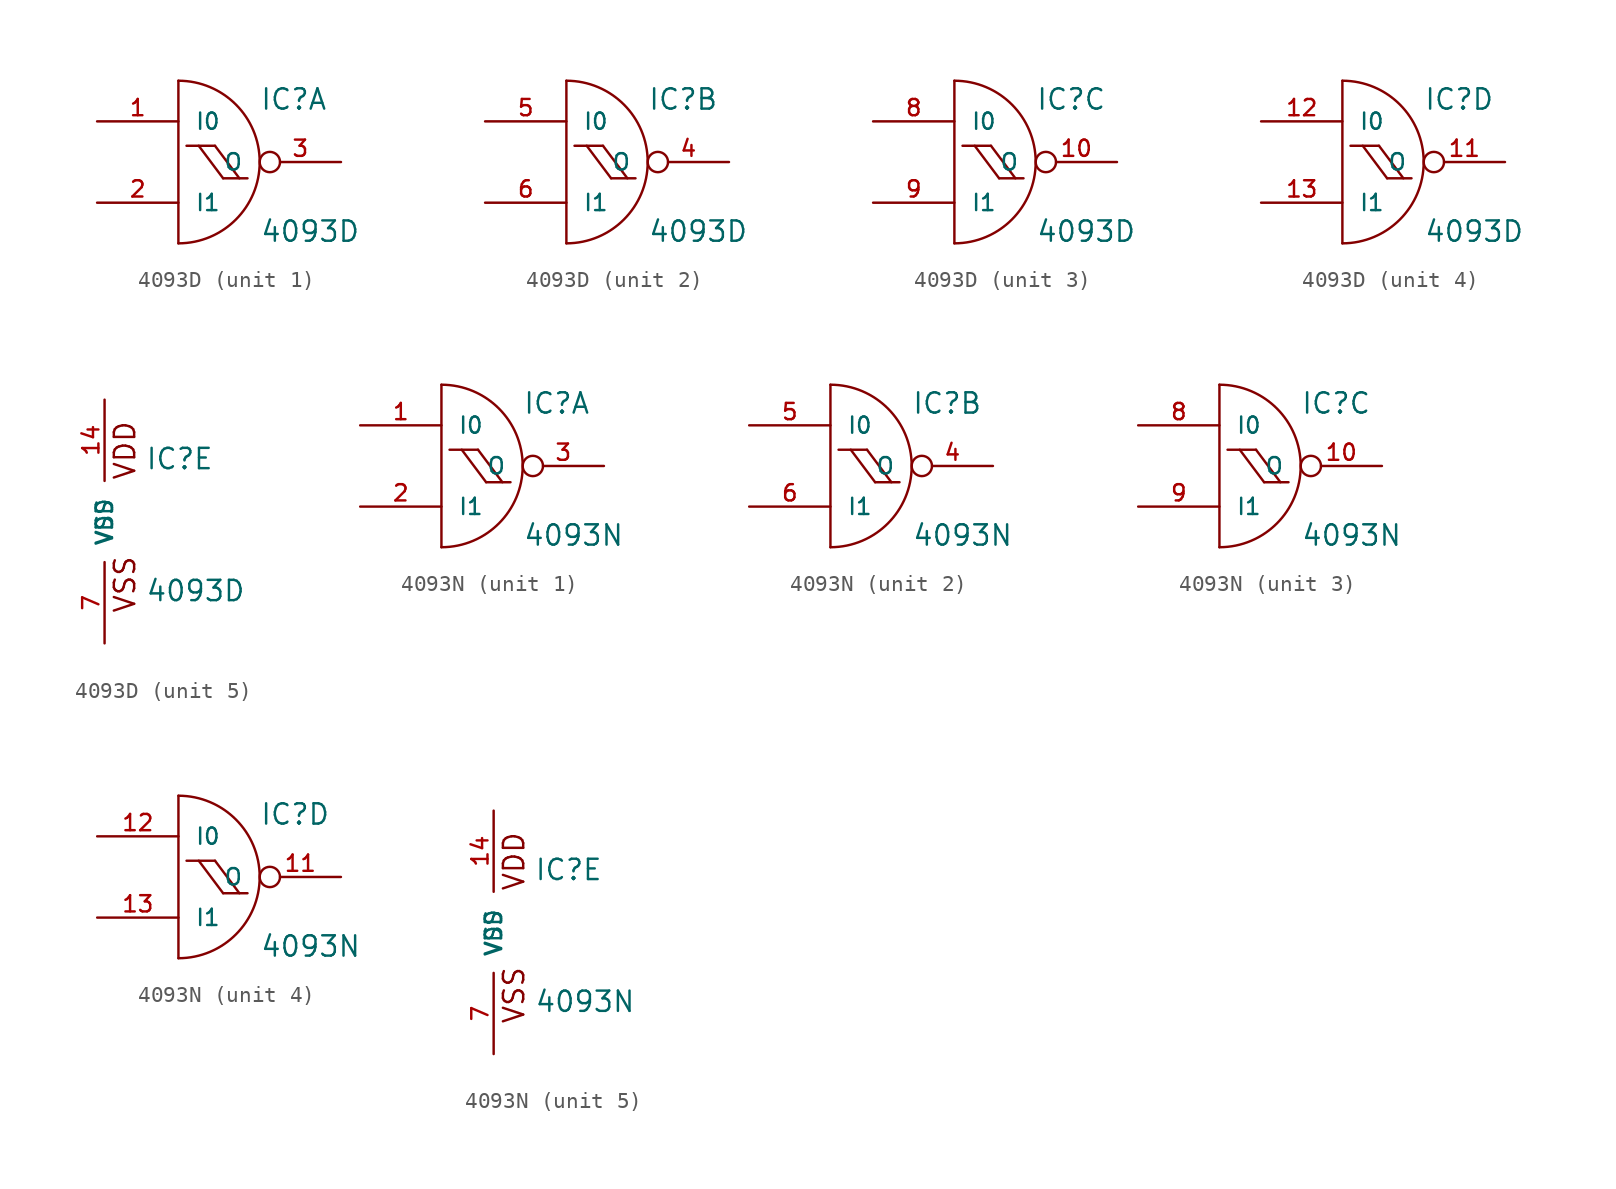
<source format=kicad_sym>
(kicad_symbol_lib
  (version 20211014)
  (generator kicad_symbol_editor)
  (symbol "4093D"
    (pin_names
      (offset 1.016))
    (property "Reference" "IC"
      (at 2.54 3.175 0)
      (effects (font (size 1.27 1.27)) (justify left bottom)))
    (property "Value" "4093D"
      (at 2.54 -5.08 0)
      (effects (font (size 1.27 1.27)) (justify left bottom)))
    (property "ki_locked" ""
      (at 0 0 0)
      (effects (font (size 1.27 1.27))))
    (symbol "4093D_1_0"
      (polyline (pts (xy -2.54 5.08) (xy -2.54 -5.08)) (stroke (width 0) (type default) (color 0 0 0 0)) (fill (type none)))
      (polyline (pts (xy -1.27 1.016) (xy 0.254 -1.016)) (stroke (width 0) (type default) (color 0 0 0 0)) (fill (type none)))
      (polyline (pts (xy -0.254 1.016) (xy -2.032 1.016)) (stroke (width 0) (type default) (color 0 0 0 0)) (fill (type none)))
      (polyline (pts (xy -0.254 1.016) (xy 1.27 -1.016)) (stroke (width 0) (type default) (color 0 0 0 0)) (fill (type none)))
      (polyline (pts (xy 0.254 -1.016) (xy 1.778 -1.016)) (stroke (width 0) (type default) (color 0 0 0 0)) (fill (type none))))
    (symbol "4093D_1_1"
      (arc (start -2.54 -5.08) (mid 2.54 0) (end -2.54 5.08) (stroke (width 0) (type default) (color 0 0 0 0)) (fill (type none)))
      (pin input line (at -7.62 2.54 0) (length 5.08) (name "I0" (effects (font (size 1.016 1.016)))) (number "1" (effects (font (size 1.016 1.016)))))
      (pin input line (at -7.62 -2.54 0) (length 5.08) (name "I1" (effects (font (size 1.016 1.016)))) (number "2" (effects (font (size 1.016 1.016)))))
      (pin output inverted (at 7.62 0 180) (length 5.08) (name "O" (effects (font (size 1.016 1.016)))) (number "3" (effects (font (size 1.016 1.016))))))
    (symbol "4093D_2_0"
      (polyline (pts (xy -2.54 5.08) (xy -2.54 -5.08)) (stroke (width 0) (type default) (color 0 0 0 0)) (fill (type none)))
      (polyline (pts (xy -1.27 1.016) (xy 0.254 -1.016)) (stroke (width 0) (type default) (color 0 0 0 0)) (fill (type none)))
      (polyline (pts (xy -0.254 1.016) (xy -2.032 1.016)) (stroke (width 0) (type default) (color 0 0 0 0)) (fill (type none)))
      (polyline (pts (xy -0.254 1.016) (xy 1.27 -1.016)) (stroke (width 0) (type default) (color 0 0 0 0)) (fill (type none)))
      (polyline (pts (xy 0.254 -1.016) (xy 1.778 -1.016)) (stroke (width 0) (type default) (color 0 0 0 0)) (fill (type none))))
    (symbol "4093D_2_1"
      (arc (start -2.54 -5.08) (mid 2.54 0) (end -2.54 5.08) (stroke (width 0) (type default) (color 0 0 0 0)) (fill (type none)))
      (pin output inverted (at 7.62 0 180) (length 5.08) (name "O" (effects (font (size 1.016 1.016)))) (number "4" (effects (font (size 1.016 1.016)))))
      (pin input line (at -7.62 2.54 0) (length 5.08) (name "I0" (effects (font (size 1.016 1.016)))) (number "5" (effects (font (size 1.016 1.016)))))
      (pin input line (at -7.62 -2.54 0) (length 5.08) (name "I1" (effects (font (size 1.016 1.016)))) (number "6" (effects (font (size 1.016 1.016))))))
    (symbol "4093D_3_0"
      (polyline (pts (xy -2.54 5.08) (xy -2.54 -5.08)) (stroke (width 0) (type default) (color 0 0 0 0)) (fill (type none)))
      (polyline (pts (xy -1.27 1.016) (xy 0.254 -1.016)) (stroke (width 0) (type default) (color 0 0 0 0)) (fill (type none)))
      (polyline (pts (xy -0.254 1.016) (xy -2.032 1.016)) (stroke (width 0) (type default) (color 0 0 0 0)) (fill (type none)))
      (polyline (pts (xy -0.254 1.016) (xy 1.27 -1.016)) (stroke (width 0) (type default) (color 0 0 0 0)) (fill (type none)))
      (polyline (pts (xy 0.254 -1.016) (xy 1.778 -1.016)) (stroke (width 0) (type default) (color 0 0 0 0)) (fill (type none))))
    (symbol "4093D_3_1"
      (arc (start -2.54 -5.08) (mid 2.54 0) (end -2.54 5.08) (stroke (width 0) (type default) (color 0 0 0 0)) (fill (type none)))
      (pin output inverted (at 7.62 0 180) (length 5.08) (name "O" (effects (font (size 1.016 1.016)))) (number "10" (effects (font (size 1.016 1.016)))))
      (pin input line (at -7.62 2.54 0) (length 5.08) (name "I0" (effects (font (size 1.016 1.016)))) (number "8" (effects (font (size 1.016 1.016)))))
      (pin input line (at -7.62 -2.54 0) (length 5.08) (name "I1" (effects (font (size 1.016 1.016)))) (number "9" (effects (font (size 1.016 1.016))))))
    (symbol "4093D_4_0"
      (polyline (pts (xy -2.54 5.08) (xy -2.54 -5.08)) (stroke (width 0) (type default) (color 0 0 0 0)) (fill (type none)))
      (polyline (pts (xy -1.27 1.016) (xy 0.254 -1.016)) (stroke (width 0) (type default) (color 0 0 0 0)) (fill (type none)))
      (polyline (pts (xy -0.254 1.016) (xy -2.032 1.016)) (stroke (width 0) (type default) (color 0 0 0 0)) (fill (type none)))
      (polyline (pts (xy -0.254 1.016) (xy 1.27 -1.016)) (stroke (width 0) (type default) (color 0 0 0 0)) (fill (type none)))
      (polyline (pts (xy 0.254 -1.016) (xy 1.778 -1.016)) (stroke (width 0) (type default) (color 0 0 0 0)) (fill (type none))))
    (symbol "4093D_4_1"
      (arc (start -2.54 -5.08) (mid 2.54 0) (end -2.54 5.08) (stroke (width 0) (type default) (color 0 0 0 0)) (fill (type none)))
      (pin output inverted (at 7.62 0 180) (length 5.08) (name "O" (effects (font (size 1.016 1.016)))) (number "11" (effects (font (size 1.016 1.016)))))
      (pin input line (at -7.62 2.54 0) (length 5.08) (name "I0" (effects (font (size 1.016 1.016)))) (number "12" (effects (font (size 1.016 1.016)))))
      (pin input line (at -7.62 -2.54 0) (length 5.08) (name "I1" (effects (font (size 1.016 1.016)))) (number "13" (effects (font (size 1.016 1.016))))))
    (symbol "4093D_5_0"
      (text "VDD" (at 1.27 4.445 1) (effects (font (size 1.27 1.27))))
      (text "VSS" (at 1.27 -3.937 1) (effects (font (size 1.27 1.27)))))
    (symbol "4093D_5_1"
      (pin power_in line (at 0 7.62 270) (length 5.08) (name "VDD" (effects (font (size 1.016 1.016)))) (number "14" (effects (font (size 1.016 1.016)))))
      (pin power_in line (at 0 -7.62 90) (length 5.08) (name "VSS" (effects (font (size 1.016 1.016)))) (number "7" (effects (font (size 1.016 1.016)))))))
  (symbol "4093N"
    (pin_names
      (offset 1.016))
    (property "Reference" "IC"
      (at 2.54 3.175 0)
      (effects (font (size 1.27 1.27)) (justify left bottom)))
    (property "Value" "4093N"
      (at 2.54 -5.08 0)
      (effects (font (size 1.27 1.27)) (justify left bottom)))
    (property "ki_locked" ""
      (at 0 0 0)
      (effects (font (size 1.27 1.27))))
    (symbol "4093N_1_0"
      (polyline (pts (xy -2.54 5.08) (xy -2.54 -5.08)) (stroke (width 0) (type default) (color 0 0 0 0)) (fill (type none)))
      (polyline (pts (xy -1.27 1.016) (xy 0.254 -1.016)) (stroke (width 0) (type default) (color 0 0 0 0)) (fill (type none)))
      (polyline (pts (xy -0.254 1.016) (xy -2.032 1.016)) (stroke (width 0) (type default) (color 0 0 0 0)) (fill (type none)))
      (polyline (pts (xy -0.254 1.016) (xy 1.27 -1.016)) (stroke (width 0) (type default) (color 0 0 0 0)) (fill (type none)))
      (polyline (pts (xy 0.254 -1.016) (xy 1.778 -1.016)) (stroke (width 0) (type default) (color 0 0 0 0)) (fill (type none))))
    (symbol "4093N_1_1"
      (arc (start -2.54 -5.08) (mid 2.54 0) (end -2.54 5.08) (stroke (width 0) (type default) (color 0 0 0 0)) (fill (type none)))
      (pin input line (at -7.62 2.54 0) (length 5.08) (name "I0" (effects (font (size 1.016 1.016)))) (number "1" (effects (font (size 1.016 1.016)))))
      (pin input line (at -7.62 -2.54 0) (length 5.08) (name "I1" (effects (font (size 1.016 1.016)))) (number "2" (effects (font (size 1.016 1.016)))))
      (pin output inverted (at 7.62 0 180) (length 5.08) (name "O" (effects (font (size 1.016 1.016)))) (number "3" (effects (font (size 1.016 1.016))))))
    (symbol "4093N_2_0"
      (polyline (pts (xy -2.54 5.08) (xy -2.54 -5.08)) (stroke (width 0) (type default) (color 0 0 0 0)) (fill (type none)))
      (polyline (pts (xy -1.27 1.016) (xy 0.254 -1.016)) (stroke (width 0) (type default) (color 0 0 0 0)) (fill (type none)))
      (polyline (pts (xy -0.254 1.016) (xy -2.032 1.016)) (stroke (width 0) (type default) (color 0 0 0 0)) (fill (type none)))
      (polyline (pts (xy -0.254 1.016) (xy 1.27 -1.016)) (stroke (width 0) (type default) (color 0 0 0 0)) (fill (type none)))
      (polyline (pts (xy 0.254 -1.016) (xy 1.778 -1.016)) (stroke (width 0) (type default) (color 0 0 0 0)) (fill (type none))))
    (symbol "4093N_2_1"
      (arc (start -2.54 -5.08) (mid 2.54 0) (end -2.54 5.08) (stroke (width 0) (type default) (color 0 0 0 0)) (fill (type none)))
      (pin output inverted (at 7.62 0 180) (length 5.08) (name "O" (effects (font (size 1.016 1.016)))) (number "4" (effects (font (size 1.016 1.016)))))
      (pin input line (at -7.62 2.54 0) (length 5.08) (name "I0" (effects (font (size 1.016 1.016)))) (number "5" (effects (font (size 1.016 1.016)))))
      (pin input line (at -7.62 -2.54 0) (length 5.08) (name "I1" (effects (font (size 1.016 1.016)))) (number "6" (effects (font (size 1.016 1.016))))))
    (symbol "4093N_3_0"
      (polyline (pts (xy -2.54 5.08) (xy -2.54 -5.08)) (stroke (width 0) (type default) (color 0 0 0 0)) (fill (type none)))
      (polyline (pts (xy -1.27 1.016) (xy 0.254 -1.016)) (stroke (width 0) (type default) (color 0 0 0 0)) (fill (type none)))
      (polyline (pts (xy -0.254 1.016) (xy -2.032 1.016)) (stroke (width 0) (type default) (color 0 0 0 0)) (fill (type none)))
      (polyline (pts (xy -0.254 1.016) (xy 1.27 -1.016)) (stroke (width 0) (type default) (color 0 0 0 0)) (fill (type none)))
      (polyline (pts (xy 0.254 -1.016) (xy 1.778 -1.016)) (stroke (width 0) (type default) (color 0 0 0 0)) (fill (type none))))
    (symbol "4093N_3_1"
      (arc (start -2.54 -5.08) (mid 2.54 0) (end -2.54 5.08) (stroke (width 0) (type default) (color 0 0 0 0)) (fill (type none)))
      (pin output inverted (at 7.62 0 180) (length 5.08) (name "O" (effects (font (size 1.016 1.016)))) (number "10" (effects (font (size 1.016 1.016)))))
      (pin input line (at -7.62 2.54 0) (length 5.08) (name "I0" (effects (font (size 1.016 1.016)))) (number "8" (effects (font (size 1.016 1.016)))))
      (pin input line (at -7.62 -2.54 0) (length 5.08) (name "I1" (effects (font (size 1.016 1.016)))) (number "9" (effects (font (size 1.016 1.016))))))
    (symbol "4093N_4_0"
      (polyline (pts (xy -2.54 5.08) (xy -2.54 -5.08)) (stroke (width 0) (type default) (color 0 0 0 0)) (fill (type none)))
      (polyline (pts (xy -1.27 1.016) (xy 0.254 -1.016)) (stroke (width 0) (type default) (color 0 0 0 0)) (fill (type none)))
      (polyline (pts (xy -0.254 1.016) (xy -2.032 1.016)) (stroke (width 0) (type default) (color 0 0 0 0)) (fill (type none)))
      (polyline (pts (xy -0.254 1.016) (xy 1.27 -1.016)) (stroke (width 0) (type default) (color 0 0 0 0)) (fill (type none)))
      (polyline (pts (xy 0.254 -1.016) (xy 1.778 -1.016)) (stroke (width 0) (type default) (color 0 0 0 0)) (fill (type none))))
    (symbol "4093N_4_1"
      (arc (start -2.54 -5.08) (mid 2.54 0) (end -2.54 5.08) (stroke (width 0) (type default) (color 0 0 0 0)) (fill (type none)))
      (pin output inverted (at 7.62 0 180) (length 5.08) (name "O" (effects (font (size 1.016 1.016)))) (number "11" (effects (font (size 1.016 1.016)))))
      (pin input line (at -7.62 2.54 0) (length 5.08) (name "I0" (effects (font (size 1.016 1.016)))) (number "12" (effects (font (size 1.016 1.016)))))
      (pin input line (at -7.62 -2.54 0) (length 5.08) (name "I1" (effects (font (size 1.016 1.016)))) (number "13" (effects (font (size 1.016 1.016))))))
    (symbol "4093N_5_0"
      (text "VDD" (at 1.27 4.445 1) (effects (font (size 1.27 1.27))))
      (text "VSS" (at 1.27 -3.937 1) (effects (font (size 1.27 1.27)))))
    (symbol "4093N_5_1"
      (pin power_in line (at 0 7.62 270) (length 5.08) (name "VDD" (effects (font (size 1.016 1.016)))) (number "14" (effects (font (size 1.016 1.016)))))
      (pin power_in line (at 0 -7.62 90) (length 5.08) (name "VSS" (effects (font (size 1.016 1.016)))) (number "7" (effects (font (size 1.016 1.016))))))))
</source>
